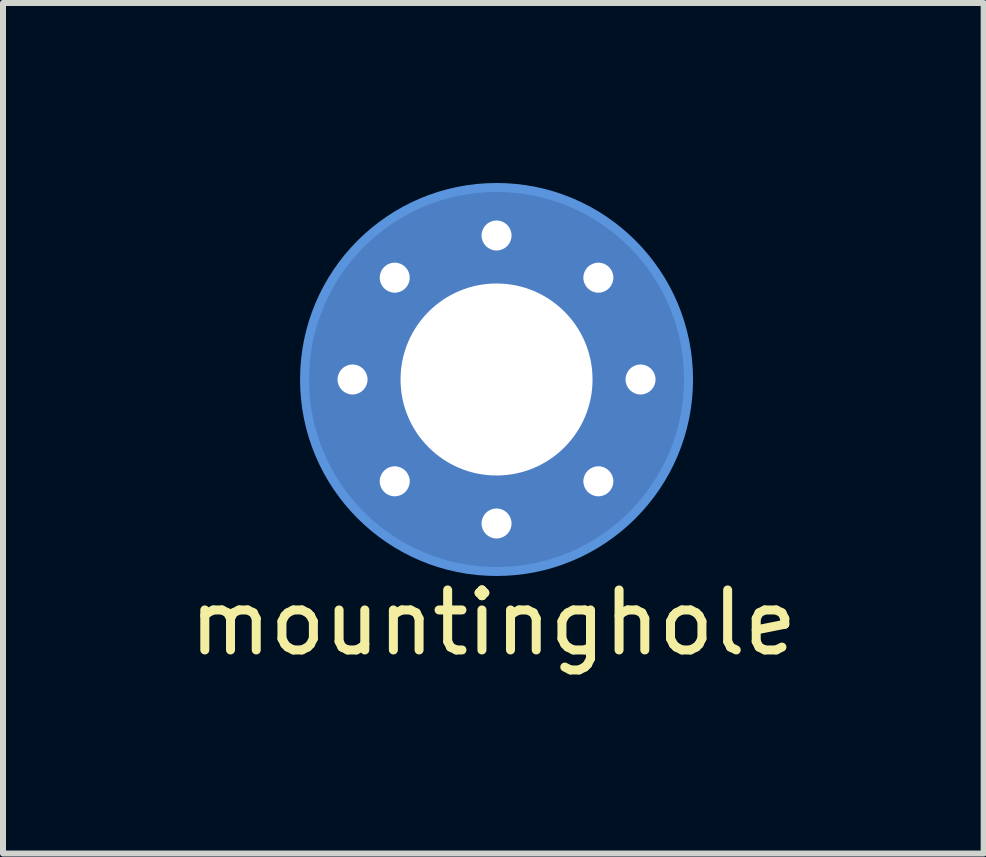
<source format=kicad_pcb>
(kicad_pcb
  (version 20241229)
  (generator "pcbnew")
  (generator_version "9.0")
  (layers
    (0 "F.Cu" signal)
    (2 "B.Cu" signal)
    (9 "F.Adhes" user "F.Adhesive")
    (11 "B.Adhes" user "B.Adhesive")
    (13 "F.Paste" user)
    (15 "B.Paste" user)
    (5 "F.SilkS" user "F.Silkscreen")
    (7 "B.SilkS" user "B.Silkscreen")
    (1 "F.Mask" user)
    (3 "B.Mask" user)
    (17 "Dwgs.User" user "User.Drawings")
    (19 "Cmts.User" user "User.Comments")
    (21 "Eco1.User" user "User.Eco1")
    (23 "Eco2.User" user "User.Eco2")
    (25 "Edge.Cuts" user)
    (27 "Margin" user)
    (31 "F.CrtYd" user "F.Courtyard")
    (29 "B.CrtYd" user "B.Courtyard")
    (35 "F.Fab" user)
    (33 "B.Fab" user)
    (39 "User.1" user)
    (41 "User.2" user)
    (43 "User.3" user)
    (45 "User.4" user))
  (footprint "mountinghole"
    (layer "F.Cu")
    (at 5.173 3.328)
    (property "Reference" "mountinghole" (at 0 4 0) (unlocked yes) (layer "F.SilkS") (effects (font (size 1 1) (thickness 0.15))))
    (attr through_hole)
    (fp_circle (center 0.053 -0.053) (end 3.253 -0.053) (stroke (width 0.15) (type solid)) (fill no) (layer "Cmts.User"))
    (pad "1" thru_hole circle (at -2.347 -0.053) (size 0.8 0.8) (drill 0.5) (layers "*.Cu" "*.Mask"))
    (pad "1" thru_hole circle (at -1.644 -1.75) (size 0.8 0.8) (drill 0.5) (layers "*.Cu" "*.Mask"))
    (pad "1" thru_hole circle (at -1.644 1.644) (size 0.8 0.8) (drill 0.5) (layers "*.Cu" "*.Mask"))
    (pad "1" thru_hole circle (at 0.053 -2.453) (size 0.8 0.8) (drill 0.5) (layers "*.Cu" "*.Mask"))
    (pad "1" thru_hole circle (at 0.053 -0.053) (size 6.4 6.4) (drill 3.2) (layers "*.Cu" "*.Mask"))
    (pad "1" thru_hole circle (at 0.053 2.347) (size 0.8 0.8) (drill 0.5) (layers "*.Cu" "*.Mask"))
    (pad "1" thru_hole circle (at 1.75 -1.75) (size 0.8 0.8) (drill 0.5) (layers "*.Cu" "*.Mask"))
    (pad "1" thru_hole circle (at 1.75 1.644) (size 0.8 0.8) (drill 0.5) (layers "*.Cu" "*.Mask"))
    (pad "1" thru_hole circle (at 2.453 -0.053) (size 0.8 0.8) (drill 0.5) (layers "*.Cu" "*.Mask")))
  (gr_rect
    (start -3 -3)
    (end 13.345 11.176)
    (stroke (width 0.1) (type default))
    (fill no)
    (layer "Edge.Cuts")))
</source>
